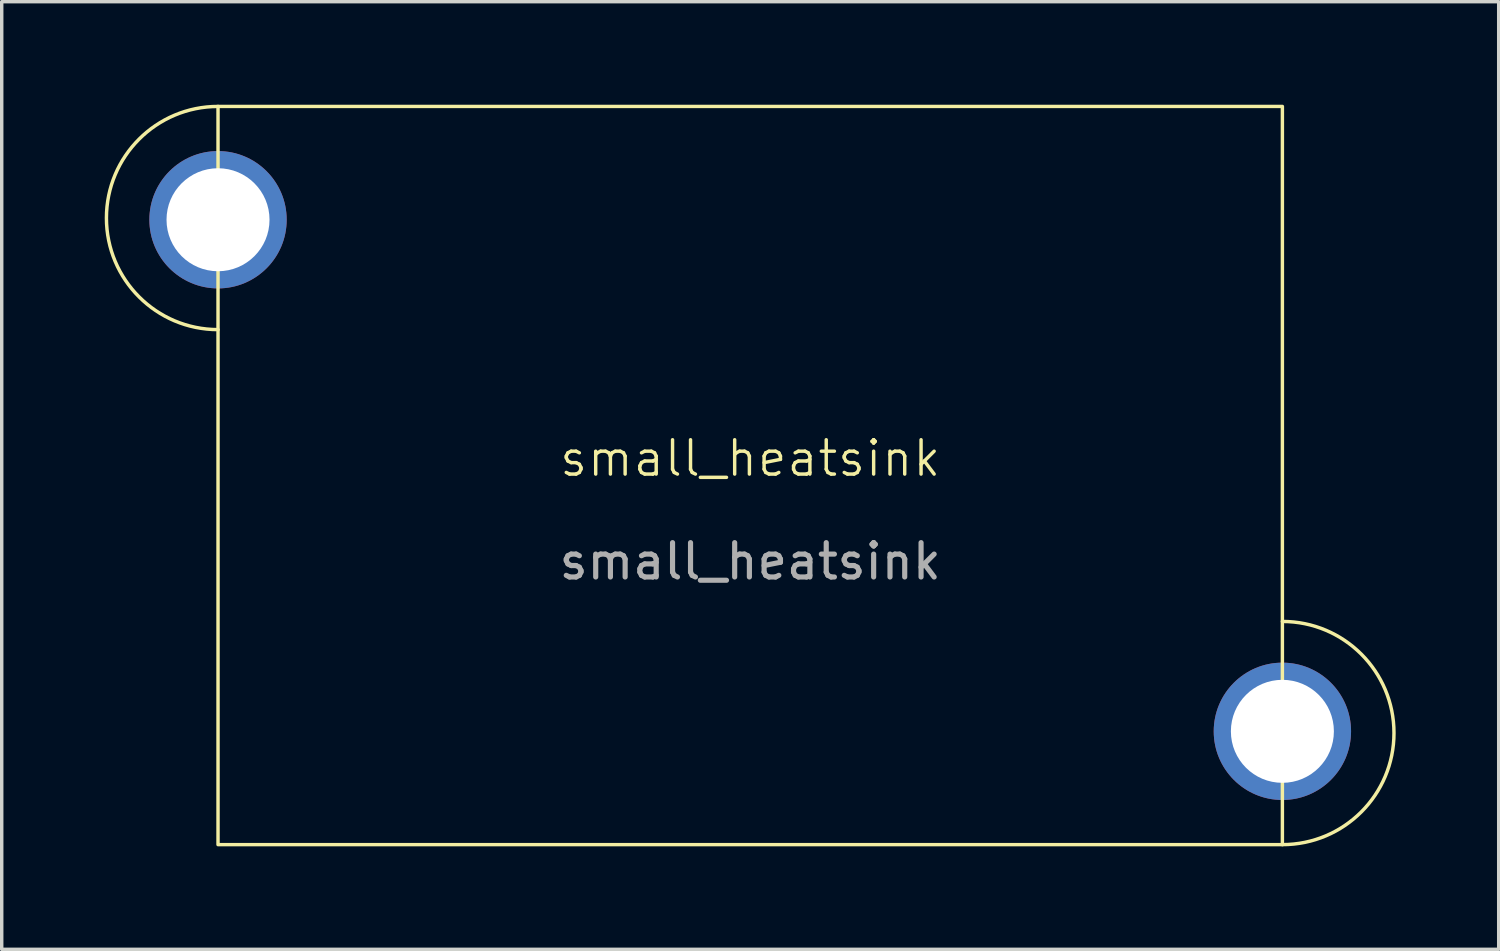
<source format=kicad_pcb>
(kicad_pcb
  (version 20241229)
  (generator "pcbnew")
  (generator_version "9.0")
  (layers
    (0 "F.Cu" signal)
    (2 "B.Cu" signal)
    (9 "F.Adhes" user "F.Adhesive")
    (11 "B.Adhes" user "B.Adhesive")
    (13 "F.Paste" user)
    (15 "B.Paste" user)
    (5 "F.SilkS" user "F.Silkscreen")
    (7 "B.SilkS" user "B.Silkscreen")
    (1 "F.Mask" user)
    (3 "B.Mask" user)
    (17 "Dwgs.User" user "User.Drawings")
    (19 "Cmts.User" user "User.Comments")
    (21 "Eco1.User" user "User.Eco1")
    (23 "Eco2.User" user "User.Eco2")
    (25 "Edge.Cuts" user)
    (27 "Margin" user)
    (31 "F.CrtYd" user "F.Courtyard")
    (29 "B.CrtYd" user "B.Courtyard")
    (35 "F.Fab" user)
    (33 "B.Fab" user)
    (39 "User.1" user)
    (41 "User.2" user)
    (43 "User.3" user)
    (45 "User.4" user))
  (footprint "small_heatsink"
    (layer "F.Cu")
    (at 18.8 10.8)
    (property "Reference" "small_heatsink" (at 0 -0.5 0) (unlocked yes) (layer "F.SilkS") (effects (font (size 1 1) (thickness 0.1))))
    (attr smd)
    (fp_rect (start -15.5 -10.75) (end 15.5 10.75) (stroke (width 0.1) (type solid)) (fill no) (layer "F.SilkS"))
    (fp_arc (start -15.5 -4.25) (mid -18.75 -7.5) (end -15.5 -10.75) (stroke (width 0.1) (type default)) (layer "F.SilkS"))
    (fp_arc (start 15.5 4.25) (mid 18.75 7.5) (end 15.5 10.75) (stroke (width 0.1) (type default)) (layer "F.SilkS"))
    (fp_text user "${REFERENCE}" (at 0 2.5 0) (unlocked yes) (layer "F.Fab") (effects (font (size 1 1) (thickness 0.15))))
    (pad "1" thru_hole circle (at -15.5 -7.45) (size 4 4) (drill 3) (layers "*.Cu" "*.Mask"))
    (pad "1" thru_hole circle (at 15.5 7.45) (size 4 4) (drill 3) (layers "*.Cu" "*.Mask")))
  (gr_rect
    (start -3 -3)
    (end 40.6 24.6)
    (stroke (width 0.1) (type default))
    (fill no)
    (layer "Edge.Cuts")))
</source>
